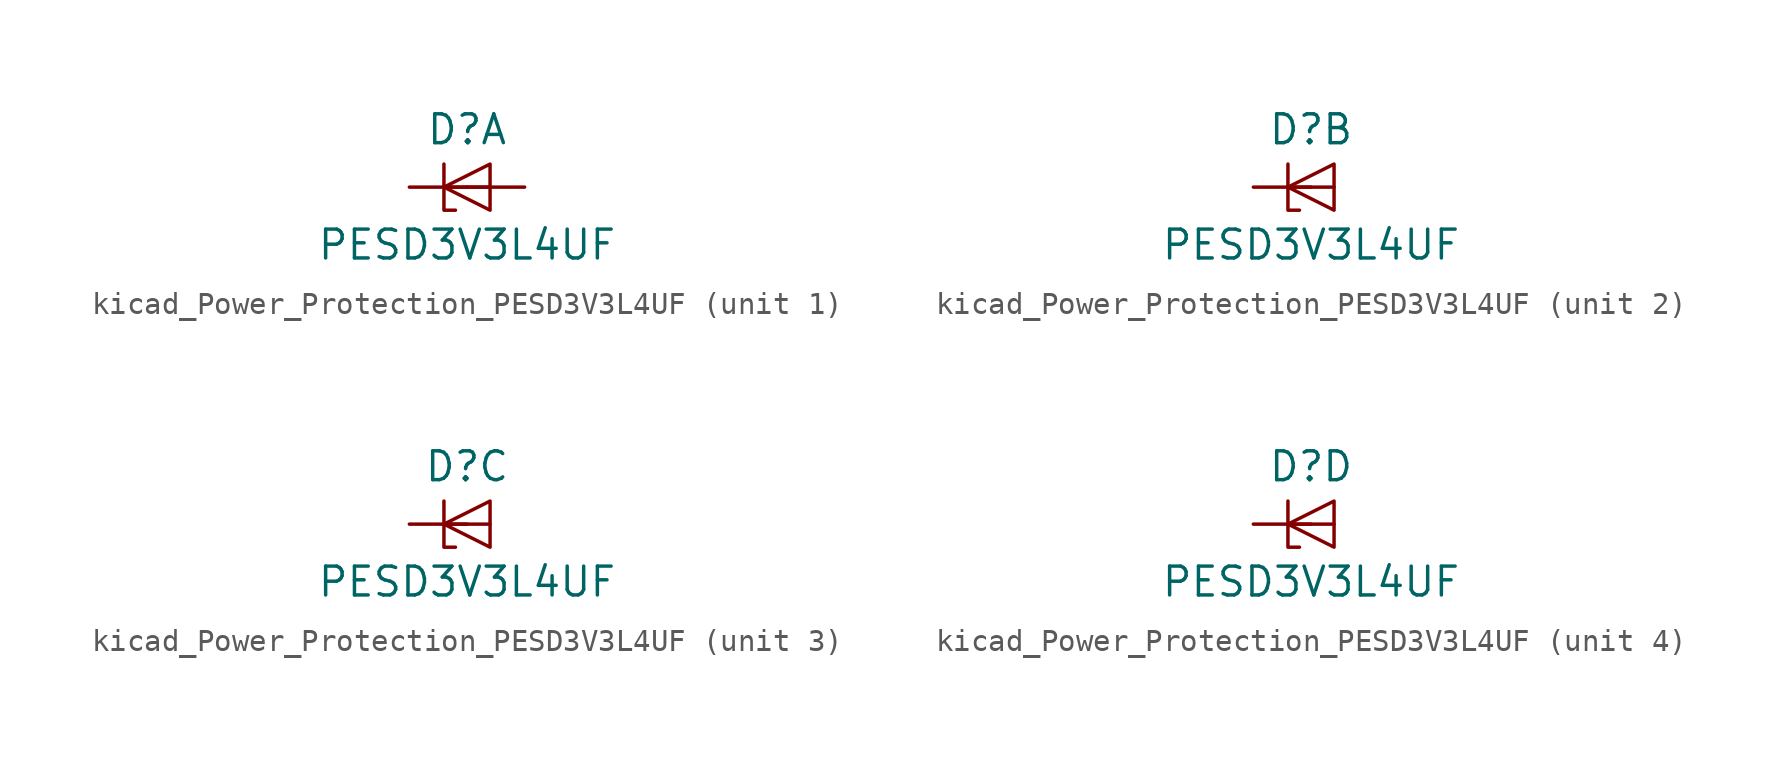
<source format=kicad_sym>
(kicad_symbol_lib
  (version 20220914)
  (generator kicad_symbol_editor)
  (symbol "kicad_Power_Protection_PESD3V3L4UF"
    (pin_numbers hide)
    (pin_names hide)
    (property "Reference" "D"
      (at 0 2.54 0)
      (effects (font (size 1.27 1.27))))
    (property "Value" "PESD3V3L4UF"
      (at 0 -2.54 0)
      (effects (font (size 1.27 1.27))))
    (property "ki_locked" ""
      (at 0 0 0)
      (effects (font (size 1.27 1.27))))
    (symbol "kicad_Power_Protection_PESD3V3L4UF_0_1"
      (polyline (pts (xy -1.016 0) (xy 1.016 0)) (stroke (width 0) (type default)) (fill (type none)))
      (polyline (pts (xy -1.016 1.016) (xy -1.016 -1.016) (xy -0.508 -1.016)) (stroke (width 0) (type default)) (fill (type none)))
      (polyline (pts (xy 1.016 1.016) (xy -1.016 0) (xy 1.016 -1.016) (xy 1.016 1.016)) (stroke (width 0) (type default)) (fill (type none))))
    (symbol "kicad_Power_Protection_PESD3V3L4UF_1_1"
      (pin passive line (at -2.54 0 0) (length 2.54) (name "K1" (effects (font (size 1.27 1.27)))) (number "1" (effects (font (size 1.27 1.27)))))
      (pin passive line (at 2.54 0 180) (length 2.54) (name "A" (effects (font (size 1.27 1.27)))) (number "2" (effects (font (size 1.27 1.27)))))
      (pin passive line (at 2.54 0 180) (length 2.54) hide (name "A" (effects (font (size 1.27 1.27)))) (number "5" (effects (font (size 1.27 1.27))))))
    (symbol "kicad_Power_Protection_PESD3V3L4UF_2_1"
      (pin passive line (at -2.54 0 0) (length 2.54) (name "K2" (effects (font (size 1.27 1.27)))) (number "3" (effects (font (size 1.27 1.27))))))
    (symbol "kicad_Power_Protection_PESD3V3L4UF_3_1"
      (pin passive line (at -2.54 0 0) (length 2.54) (name "K3" (effects (font (size 1.27 1.27)))) (number "4" (effects (font (size 1.27 1.27))))))
    (symbol "kicad_Power_Protection_PESD3V3L4UF_4_1"
      (pin passive line (at -2.54 0 0) (length 2.54) (name "K4" (effects (font (size 1.27 1.27)))) (number "6" (effects (font (size 1.27 1.27))))))))
</source>
